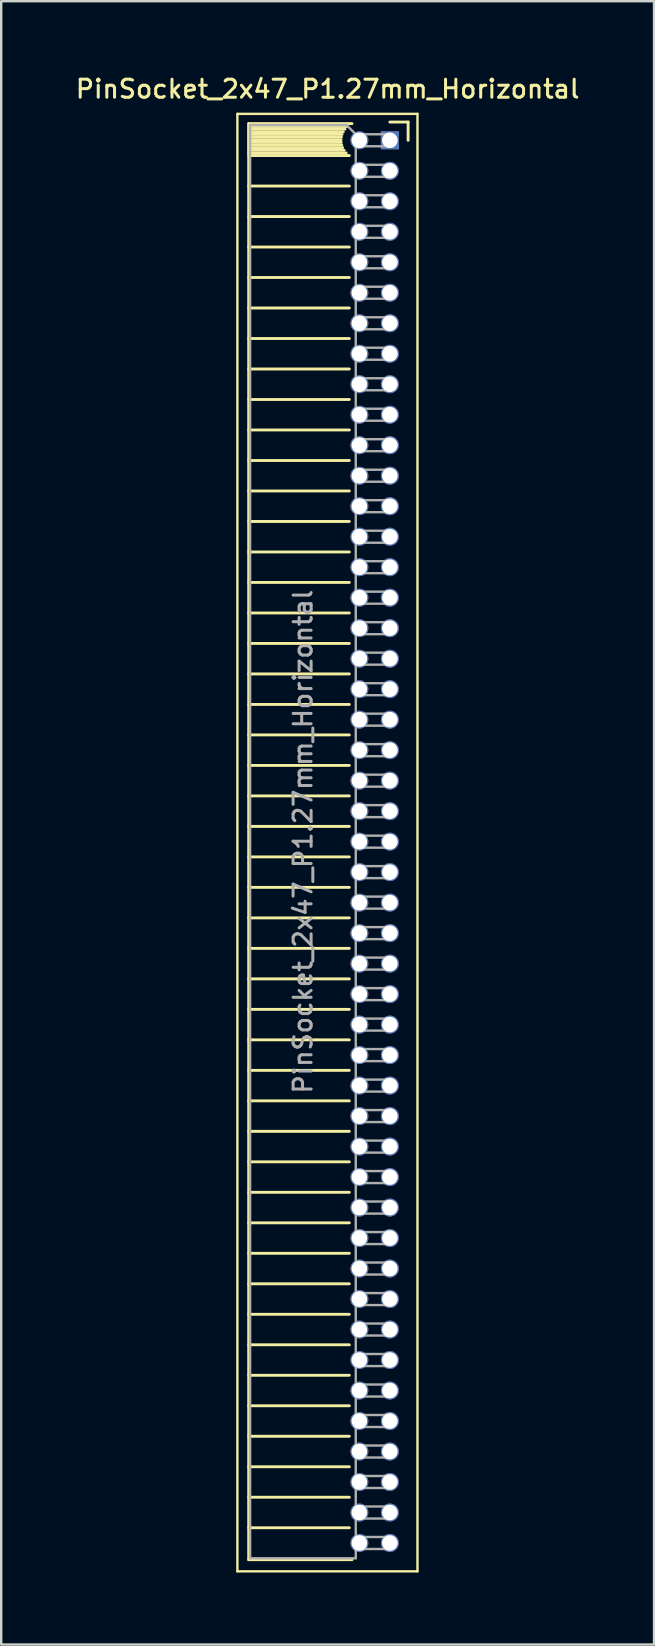
<source format=kicad_pcb>
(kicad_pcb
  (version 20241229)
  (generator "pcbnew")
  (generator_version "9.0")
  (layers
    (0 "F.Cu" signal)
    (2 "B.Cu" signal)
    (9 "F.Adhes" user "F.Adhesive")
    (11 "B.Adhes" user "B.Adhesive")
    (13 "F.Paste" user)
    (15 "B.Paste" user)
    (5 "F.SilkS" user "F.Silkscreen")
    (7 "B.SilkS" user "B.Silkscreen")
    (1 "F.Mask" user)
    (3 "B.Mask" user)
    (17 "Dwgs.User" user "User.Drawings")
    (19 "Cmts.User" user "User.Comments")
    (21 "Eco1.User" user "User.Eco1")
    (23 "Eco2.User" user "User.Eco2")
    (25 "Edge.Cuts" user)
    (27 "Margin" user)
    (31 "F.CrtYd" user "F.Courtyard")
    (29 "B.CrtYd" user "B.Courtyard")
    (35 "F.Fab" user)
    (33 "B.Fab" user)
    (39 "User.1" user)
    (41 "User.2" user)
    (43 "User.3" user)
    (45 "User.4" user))
  (footprint "PinSocket_2x47_P1.27mm_Horizontal"
    (layer "F.Cu")
    (at 13.187 2.793)
    (property "Reference" "PinSocket_2x47_P1.27mm_Horizontal" (at -2.592 -2.135 0) (layer "F.SilkS") (effects (font (size 0.75 0.75) (thickness 0.125))))
    (attr through_hole)
    (fp_line (start -6.35 -1.1) (end -6.35 59.6) (stroke (width 0.1) (type solid)) (layer "F.SilkS"))
    (fp_line (start -6.35 59.6) (end 1.15 59.6) (stroke (width 0.1) (type solid)) (layer "F.SilkS"))
    (fp_line (start -5.88 -0.695) (end -5.88 59.115) (stroke (width 0.12) (type solid)) (layer "F.SilkS"))
    (fp_line (start -5.88 -0.695) (end -1.578 -0.695) (stroke (width 0.12) (type solid)) (layer "F.SilkS"))
    (fp_line (start -5.88 -0.575) (end -1.767 -0.575) (stroke (width 0.12) (type solid)) (layer "F.SilkS"))
    (fp_line (start -5.88 -0.465) (end -1.871 -0.465) (stroke (width 0.12) (type solid)) (layer "F.SilkS"))
    (fp_line (start -5.88 -0.355) (end -1.942 -0.355) (stroke (width 0.12) (type solid)) (layer "F.SilkS"))
    (fp_line (start -5.88 -0.245) (end -1.989 -0.245) (stroke (width 0.12) (type solid)) (layer "F.SilkS"))
    (fp_line (start -5.88 -0.135) (end -2.018 -0.135) (stroke (width 0.12) (type solid)) (layer "F.SilkS"))
    (fp_line (start -5.88 -0.025) (end -2.03 -0.025) (stroke (width 0.12) (type solid)) (layer "F.SilkS"))
    (fp_line (start -5.88 0.085) (end -2.025 0.085) (stroke (width 0.12) (type solid)) (layer "F.SilkS"))
    (fp_line (start -5.88 0.195) (end -2.005 0.195) (stroke (width 0.12) (type solid)) (layer "F.SilkS"))
    (fp_line (start -5.88 0.305) (end -1.966 0.305) (stroke (width 0.12) (type solid)) (layer "F.SilkS"))
    (fp_line (start -5.88 0.415) (end -1.907 0.415) (stroke (width 0.12) (type solid)) (layer "F.SilkS"))
    (fp_line (start -5.88 0.525) (end -1.82 0.525) (stroke (width 0.12) (type solid)) (layer "F.SilkS"))
    (fp_line (start -5.88 0.635) (end -1.688 0.635) (stroke (width 0.12) (type solid)) (layer "F.SilkS"))
    (fp_line (start -5.88 1.905) (end -1.688 1.905) (stroke (width 0.12) (type solid)) (layer "F.SilkS"))
    (fp_line (start -5.88 3.175) (end -1.688 3.175) (stroke (width 0.12) (type solid)) (layer "F.SilkS"))
    (fp_line (start -5.88 4.445) (end -1.688 4.445) (stroke (width 0.12) (type solid)) (layer "F.SilkS"))
    (fp_line (start -5.88 5.715) (end -1.688 5.715) (stroke (width 0.12) (type solid)) (layer "F.SilkS"))
    (fp_line (start -5.88 6.985) (end -1.688 6.985) (stroke (width 0.12) (type solid)) (layer "F.SilkS"))
    (fp_line (start -5.88 8.255) (end -1.688 8.255) (stroke (width 0.12) (type solid)) (layer "F.SilkS"))
    (fp_line (start -5.88 9.525) (end -1.688 9.525) (stroke (width 0.12) (type solid)) (layer "F.SilkS"))
    (fp_line (start -5.88 10.795) (end -1.688 10.795) (stroke (width 0.12) (type solid)) (layer "F.SilkS"))
    (fp_line (start -5.88 12.065) (end -1.688 12.065) (stroke (width 0.12) (type solid)) (layer "F.SilkS"))
    (fp_line (start -5.88 13.335) (end -1.688 13.335) (stroke (width 0.12) (type solid)) (layer "F.SilkS"))
    (fp_line (start -5.88 14.605) (end -1.688 14.605) (stroke (width 0.12) (type solid)) (layer "F.SilkS"))
    (fp_line (start -5.88 15.875) (end -1.688 15.875) (stroke (width 0.12) (type solid)) (layer "F.SilkS"))
    (fp_line (start -5.88 17.145) (end -1.688 17.145) (stroke (width 0.12) (type solid)) (layer "F.SilkS"))
    (fp_line (start -5.88 18.415) (end -1.688 18.415) (stroke (width 0.12) (type solid)) (layer "F.SilkS"))
    (fp_line (start -5.88 19.685) (end -1.688 19.685) (stroke (width 0.12) (type solid)) (layer "F.SilkS"))
    (fp_line (start -5.88 20.955) (end -1.688 20.955) (stroke (width 0.12) (type solid)) (layer "F.SilkS"))
    (fp_line (start -5.88 22.225) (end -1.688 22.225) (stroke (width 0.12) (type solid)) (layer "F.SilkS"))
    (fp_line (start -5.88 23.495) (end -1.688 23.495) (stroke (width 0.12) (type solid)) (layer "F.SilkS"))
    (fp_line (start -5.88 24.765) (end -1.688 24.765) (stroke (width 0.12) (type solid)) (layer "F.SilkS"))
    (fp_line (start -5.88 26.035) (end -1.688 26.035) (stroke (width 0.12) (type solid)) (layer "F.SilkS"))
    (fp_line (start -5.88 27.305) (end -1.688 27.305) (stroke (width 0.12) (type solid)) (layer "F.SilkS"))
    (fp_line (start -5.88 28.575) (end -1.688 28.575) (stroke (width 0.12) (type solid)) (layer "F.SilkS"))
    (fp_line (start -5.88 29.845) (end -1.688 29.845) (stroke (width 0.12) (type solid)) (layer "F.SilkS"))
    (fp_line (start -5.88 31.115) (end -1.688 31.115) (stroke (width 0.12) (type solid)) (layer "F.SilkS"))
    (fp_line (start -5.88 32.385) (end -1.688 32.385) (stroke (width 0.12) (type solid)) (layer "F.SilkS"))
    (fp_line (start -5.88 33.655) (end -1.688 33.655) (stroke (width 0.12) (type solid)) (layer "F.SilkS"))
    (fp_line (start -5.88 34.925) (end -1.688 34.925) (stroke (width 0.12) (type solid)) (layer "F.SilkS"))
    (fp_line (start -5.88 36.195) (end -1.688 36.195) (stroke (width 0.12) (type solid)) (layer "F.SilkS"))
    (fp_line (start -5.88 37.465) (end -1.688 37.465) (stroke (width 0.12) (type solid)) (layer "F.SilkS"))
    (fp_line (start -5.88 38.735) (end -1.688 38.735) (stroke (width 0.12) (type solid)) (layer "F.SilkS"))
    (fp_line (start -5.88 40.005) (end -1.688 40.005) (stroke (width 0.12) (type solid)) (layer "F.SilkS"))
    (fp_line (start -5.88 41.275) (end -1.688 41.275) (stroke (width 0.12) (type solid)) (layer "F.SilkS"))
    (fp_line (start -5.88 42.545) (end -1.688 42.545) (stroke (width 0.12) (type solid)) (layer "F.SilkS"))
    (fp_line (start -5.88 43.815) (end -1.688 43.815) (stroke (width 0.12) (type solid)) (layer "F.SilkS"))
    (fp_line (start -5.88 45.085) (end -1.688 45.085) (stroke (width 0.12) (type solid)) (layer "F.SilkS"))
    (fp_line (start -5.88 46.355) (end -1.688 46.355) (stroke (width 0.12) (type solid)) (layer "F.SilkS"))
    (fp_line (start -5.88 47.625) (end -1.688 47.625) (stroke (width 0.12) (type solid)) (layer "F.SilkS"))
    (fp_line (start -5.88 48.895) (end -1.688 48.895) (stroke (width 0.12) (type solid)) (layer "F.SilkS"))
    (fp_line (start -5.88 50.165) (end -1.688 50.165) (stroke (width 0.12) (type solid)) (layer "F.SilkS"))
    (fp_line (start -5.88 51.435) (end -1.688 51.435) (stroke (width 0.12) (type solid)) (layer "F.SilkS"))
    (fp_line (start -5.88 52.705) (end -1.688 52.705) (stroke (width 0.12) (type solid)) (layer "F.SilkS"))
    (fp_line (start -5.88 53.975) (end -1.688 53.975) (stroke (width 0.12) (type solid)) (layer "F.SilkS"))
    (fp_line (start -5.88 55.245) (end -1.688 55.245) (stroke (width 0.12) (type solid)) (layer "F.SilkS"))
    (fp_line (start -5.88 56.515) (end -1.688 56.515) (stroke (width 0.12) (type solid)) (layer "F.SilkS"))
    (fp_line (start -5.88 57.785) (end -1.688 57.785) (stroke (width 0.12) (type solid)) (layer "F.SilkS"))
    (fp_line (start -5.88 59.115) (end -1.578 59.115) (stroke (width 0.12) (type solid)) (layer "F.SilkS"))
    (fp_line (start 0 -0.76) (end 0.76 -0.76) (stroke (width 0.12) (type solid)) (layer "F.SilkS"))
    (fp_line (start 0.76 -0.76) (end 0.76 0) (stroke (width 0.12) (type solid)) (layer "F.SilkS"))
    (fp_line (start 1.15 -1.1) (end -6.35 -1.1) (stroke (width 0.1) (type solid)) (layer "F.SilkS"))
    (fp_line (start 1.15 59.6) (end 1.15 -1.1) (stroke (width 0.1) (type solid)) (layer "F.SilkS"))
    (fp_line (start -5.82 -0.635) (end -1.805 -0.635) (stroke (width 0.1) (type solid)) (layer "F.Fab"))
    (fp_line (start -5.82 59.055) (end -5.82 -0.635) (stroke (width 0.1) (type solid)) (layer "F.Fab"))
    (fp_line (start -1.805 -0.635) (end -1.42 -0.25) (stroke (width 0.1) (type solid)) (layer "F.Fab"))
    (fp_line (start -1.42 -0.25) (end -1.42 59.055) (stroke (width 0.1) (type solid)) (layer "F.Fab"))
    (fp_line (start -1.42 0.25) (end 0 0.25) (stroke (width 0.1) (type solid)) (layer "F.Fab"))
    (fp_line (start -1.42 1.52) (end 0 1.52) (stroke (width 0.1) (type solid)) (layer "F.Fab"))
    (fp_line (start -1.42 2.79) (end 0 2.79) (stroke (width 0.1) (type solid)) (layer "F.Fab"))
    (fp_line (start -1.42 4.06) (end 0 4.06) (stroke (width 0.1) (type solid)) (layer "F.Fab"))
    (fp_line (start -1.42 5.33) (end 0 5.33) (stroke (width 0.1) (type solid)) (layer "F.Fab"))
    (fp_line (start -1.42 6.6) (end 0 6.6) (stroke (width 0.1) (type solid)) (layer "F.Fab"))
    (fp_line (start -1.42 7.87) (end 0 7.87) (stroke (width 0.1) (type solid)) (layer "F.Fab"))
    (fp_line (start -1.42 9.14) (end 0 9.14) (stroke (width 0.1) (type solid)) (layer "F.Fab"))
    (fp_line (start -1.42 10.41) (end 0 10.41) (stroke (width 0.1) (type solid)) (layer "F.Fab"))
    (fp_line (start -1.42 11.68) (end 0 11.68) (stroke (width 0.1) (type solid)) (layer "F.Fab"))
    (fp_line (start -1.42 12.95) (end 0 12.95) (stroke (width 0.1) (type solid)) (layer "F.Fab"))
    (fp_line (start -1.42 14.22) (end 0 14.22) (stroke (width 0.1) (type solid)) (layer "F.Fab"))
    (fp_line (start -1.42 15.49) (end 0 15.49) (stroke (width 0.1) (type solid)) (layer "F.Fab"))
    (fp_line (start -1.42 16.76) (end 0 16.76) (stroke (width 0.1) (type solid)) (layer "F.Fab"))
    (fp_line (start -1.42 18.03) (end 0 18.03) (stroke (width 0.1) (type solid)) (layer "F.Fab"))
    (fp_line (start -1.42 19.3) (end 0 19.3) (stroke (width 0.1) (type solid)) (layer "F.Fab"))
    (fp_line (start -1.42 20.57) (end 0 20.57) (stroke (width 0.1) (type solid)) (layer "F.Fab"))
    (fp_line (start -1.42 21.84) (end 0 21.84) (stroke (width 0.1) (type solid)) (layer "F.Fab"))
    (fp_line (start -1.42 23.11) (end 0 23.11) (stroke (width 0.1) (type solid)) (layer "F.Fab"))
    (fp_line (start -1.42 24.38) (end 0 24.38) (stroke (width 0.1) (type solid)) (layer "F.Fab"))
    (fp_line (start -1.42 25.65) (end 0 25.65) (stroke (width 0.1) (type solid)) (layer "F.Fab"))
    (fp_line (start -1.42 26.92) (end 0 26.92) (stroke (width 0.1) (type solid)) (layer "F.Fab"))
    (fp_line (start -1.42 28.19) (end 0 28.19) (stroke (width 0.1) (type solid)) (layer "F.Fab"))
    (fp_line (start -1.42 29.46) (end 0 29.46) (stroke (width 0.1) (type solid)) (layer "F.Fab"))
    (fp_line (start -1.42 30.73) (end 0 30.73) (stroke (width 0.1) (type solid)) (layer "F.Fab"))
    (fp_line (start -1.42 32) (end 0 32) (stroke (width 0.1) (type solid)) (layer "F.Fab"))
    (fp_line (start -1.42 33.27) (end 0 33.27) (stroke (width 0.1) (type solid)) (layer "F.Fab"))
    (fp_line (start -1.42 34.54) (end 0 34.54) (stroke (width 0.1) (type solid)) (layer "F.Fab"))
    (fp_line (start -1.42 35.81) (end 0 35.81) (stroke (width 0.1) (type solid)) (layer "F.Fab"))
    (fp_line (start -1.42 37.08) (end 0 37.08) (stroke (width 0.1) (type solid)) (layer "F.Fab"))
    (fp_line (start -1.42 38.35) (end 0 38.35) (stroke (width 0.1) (type solid)) (layer "F.Fab"))
    (fp_line (start -1.42 39.62) (end 0 39.62) (stroke (width 0.1) (type solid)) (layer "F.Fab"))
    (fp_line (start -1.42 40.89) (end 0 40.89) (stroke (width 0.1) (type solid)) (layer "F.Fab"))
    (fp_line (start -1.42 42.16) (end 0 42.16) (stroke (width 0.1) (type solid)) (layer "F.Fab"))
    (fp_line (start -1.42 43.43) (end 0 43.43) (stroke (width 0.1) (type solid)) (layer "F.Fab"))
    (fp_line (start -1.42 44.7) (end 0 44.7) (stroke (width 0.1) (type solid)) (layer "F.Fab"))
    (fp_line (start -1.42 45.97) (end 0 45.97) (stroke (width 0.1) (type solid)) (layer "F.Fab"))
    (fp_line (start -1.42 47.24) (end 0 47.24) (stroke (width 0.1) (type solid)) (layer "F.Fab"))
    (fp_line (start -1.42 48.51) (end 0 48.51) (stroke (width 0.1) (type solid)) (layer "F.Fab"))
    (fp_line (start -1.42 49.78) (end 0 49.78) (stroke (width 0.1) (type solid)) (layer "F.Fab"))
    (fp_line (start -1.42 51.05) (end 0 51.05) (stroke (width 0.1) (type solid)) (layer "F.Fab"))
    (fp_line (start -1.42 52.32) (end 0 52.32) (stroke (width 0.1) (type solid)) (layer "F.Fab"))
    (fp_line (start -1.42 53.59) (end 0 53.59) (stroke (width 0.1) (type solid)) (layer "F.Fab"))
    (fp_line (start -1.42 54.86) (end 0 54.86) (stroke (width 0.1) (type solid)) (layer "F.Fab"))
    (fp_line (start -1.42 56.13) (end 0 56.13) (stroke (width 0.1) (type solid)) (layer "F.Fab"))
    (fp_line (start -1.42 57.4) (end 0 57.4) (stroke (width 0.1) (type solid)) (layer "F.Fab"))
    (fp_line (start -1.42 58.67) (end 0 58.67) (stroke (width 0.1) (type solid)) (layer "F.Fab"))
    (fp_line (start -1.42 59.055) (end -5.82 59.055) (stroke (width 0.1) (type solid)) (layer "F.Fab"))
    (fp_line (start 0 -0.25) (end -1.42 -0.25) (stroke (width 0.1) (type solid)) (layer "F.Fab"))
    (fp_line (start 0 0.25) (end 0 -0.25) (stroke (width 0.1) (type solid)) (layer "F.Fab"))
    (fp_line (start 0 1.02) (end -1.42 1.02) (stroke (width 0.1) (type solid)) (layer "F.Fab"))
    (fp_line (start 0 1.52) (end 0 1.02) (stroke (width 0.1) (type solid)) (layer "F.Fab"))
    (fp_line (start 0 2.29) (end -1.42 2.29) (stroke (width 0.1) (type solid)) (layer "F.Fab"))
    (fp_line (start 0 2.79) (end 0 2.29) (stroke (width 0.1) (type solid)) (layer "F.Fab"))
    (fp_line (start 0 3.56) (end -1.42 3.56) (stroke (width 0.1) (type solid)) (layer "F.Fab"))
    (fp_line (start 0 4.06) (end 0 3.56) (stroke (width 0.1) (type solid)) (layer "F.Fab"))
    (fp_line (start 0 4.83) (end -1.42 4.83) (stroke (width 0.1) (type solid)) (layer "F.Fab"))
    (fp_line (start 0 5.33) (end 0 4.83) (stroke (width 0.1) (type solid)) (layer "F.Fab"))
    (fp_line (start 0 6.1) (end -1.42 6.1) (stroke (width 0.1) (type solid)) (layer "F.Fab"))
    (fp_line (start 0 6.6) (end 0 6.1) (stroke (width 0.1) (type solid)) (layer "F.Fab"))
    (fp_line (start 0 7.37) (end -1.42 7.37) (stroke (width 0.1) (type solid)) (layer "F.Fab"))
    (fp_line (start 0 7.87) (end 0 7.37) (stroke (width 0.1) (type solid)) (layer "F.Fab"))
    (fp_line (start 0 8.64) (end -1.42 8.64) (stroke (width 0.1) (type solid)) (layer "F.Fab"))
    (fp_line (start 0 9.14) (end 0 8.64) (stroke (width 0.1) (type solid)) (layer "F.Fab"))
    (fp_line (start 0 9.91) (end -1.42 9.91) (stroke (width 0.1) (type solid)) (layer "F.Fab"))
    (fp_line (start 0 10.41) (end 0 9.91) (stroke (width 0.1) (type solid)) (layer "F.Fab"))
    (fp_line (start 0 11.18) (end -1.42 11.18) (stroke (width 0.1) (type solid)) (layer "F.Fab"))
    (fp_line (start 0 11.68) (end 0 11.18) (stroke (width 0.1) (type solid)) (layer "F.Fab"))
    (fp_line (start 0 12.45) (end -1.42 12.45) (stroke (width 0.1) (type solid)) (layer "F.Fab"))
    (fp_line (start 0 12.95) (end 0 12.45) (stroke (width 0.1) (type solid)) (layer "F.Fab"))
    (fp_line (start 0 13.72) (end -1.42 13.72) (stroke (width 0.1) (type solid)) (layer "F.Fab"))
    (fp_line (start 0 14.22) (end 0 13.72) (stroke (width 0.1) (type solid)) (layer "F.Fab"))
    (fp_line (start 0 14.99) (end -1.42 14.99) (stroke (width 0.1) (type solid)) (layer "F.Fab"))
    (fp_line (start 0 15.49) (end 0 14.99) (stroke (width 0.1) (type solid)) (layer "F.Fab"))
    (fp_line (start 0 16.26) (end -1.42 16.26) (stroke (width 0.1) (type solid)) (layer "F.Fab"))
    (fp_line (start 0 16.76) (end 0 16.26) (stroke (width 0.1) (type solid)) (layer "F.Fab"))
    (fp_line (start 0 17.53) (end -1.42 17.53) (stroke (width 0.1) (type solid)) (layer "F.Fab"))
    (fp_line (start 0 18.03) (end 0 17.53) (stroke (width 0.1) (type solid)) (layer "F.Fab"))
    (fp_line (start 0 18.8) (end -1.42 18.8) (stroke (width 0.1) (type solid)) (layer "F.Fab"))
    (fp_line (start 0 19.3) (end 0 18.8) (stroke (width 0.1) (type solid)) (layer "F.Fab"))
    (fp_line (start 0 20.07) (end -1.42 20.07) (stroke (width 0.1) (type solid)) (layer "F.Fab"))
    (fp_line (start 0 20.57) (end 0 20.07) (stroke (width 0.1) (type solid)) (layer "F.Fab"))
    (fp_line (start 0 21.34) (end -1.42 21.34) (stroke (width 0.1) (type solid)) (layer "F.Fab"))
    (fp_line (start 0 21.84) (end 0 21.34) (stroke (width 0.1) (type solid)) (layer "F.Fab"))
    (fp_line (start 0 22.61) (end -1.42 22.61) (stroke (width 0.1) (type solid)) (layer "F.Fab"))
    (fp_line (start 0 23.11) (end 0 22.61) (stroke (width 0.1) (type solid)) (layer "F.Fab"))
    (fp_line (start 0 23.88) (end -1.42 23.88) (stroke (width 0.1) (type solid)) (layer "F.Fab"))
    (fp_line (start 0 24.38) (end 0 23.88) (stroke (width 0.1) (type solid)) (layer "F.Fab"))
    (fp_line (start 0 25.15) (end -1.42 25.15) (stroke (width 0.1) (type solid)) (layer "F.Fab"))
    (fp_line (start 0 25.65) (end 0 25.15) (stroke (width 0.1) (type solid)) (layer "F.Fab"))
    (fp_line (start 0 26.42) (end -1.42 26.42) (stroke (width 0.1) (type solid)) (layer "F.Fab"))
    (fp_line (start 0 26.92) (end 0 26.42) (stroke (width 0.1) (type solid)) (layer "F.Fab"))
    (fp_line (start 0 27.69) (end -1.42 27.69) (stroke (width 0.1) (type solid)) (layer "F.Fab"))
    (fp_line (start 0 28.19) (end 0 27.69) (stroke (width 0.1) (type solid)) (layer "F.Fab"))
    (fp_line (start 0 28.96) (end -1.42 28.96) (stroke (width 0.1) (type solid)) (layer "F.Fab"))
    (fp_line (start 0 29.46) (end 0 28.96) (stroke (width 0.1) (type solid)) (layer "F.Fab"))
    (fp_line (start 0 30.23) (end -1.42 30.23) (stroke (width 0.1) (type solid)) (layer "F.Fab"))
    (fp_line (start 0 30.73) (end 0 30.23) (stroke (width 0.1) (type solid)) (layer "F.Fab"))
    (fp_line (start 0 31.5) (end -1.42 31.5) (stroke (width 0.1) (type solid)) (layer "F.Fab"))
    (fp_line (start 0 32) (end 0 31.5) (stroke (width 0.1) (type solid)) (layer "F.Fab"))
    (fp_line (start 0 32.77) (end -1.42 32.77) (stroke (width 0.1) (type solid)) (layer "F.Fab"))
    (fp_line (start 0 33.27) (end 0 32.77) (stroke (width 0.1) (type solid)) (layer "F.Fab"))
    (fp_line (start 0 34.04) (end -1.42 34.04) (stroke (width 0.1) (type solid)) (layer "F.Fab"))
    (fp_line (start 0 34.54) (end 0 34.04) (stroke (width 0.1) (type solid)) (layer "F.Fab"))
    (fp_line (start 0 35.31) (end -1.42 35.31) (stroke (width 0.1) (type solid)) (layer "F.Fab"))
    (fp_line (start 0 35.81) (end 0 35.31) (stroke (width 0.1) (type solid)) (layer "F.Fab"))
    (fp_line (start 0 36.58) (end -1.42 36.58) (stroke (width 0.1) (type solid)) (layer "F.Fab"))
    (fp_line (start 0 37.08) (end 0 36.58) (stroke (width 0.1) (type solid)) (layer "F.Fab"))
    (fp_line (start 0 37.85) (end -1.42 37.85) (stroke (width 0.1) (type solid)) (layer "F.Fab"))
    (fp_line (start 0 38.35) (end 0 37.85) (stroke (width 0.1) (type solid)) (layer "F.Fab"))
    (fp_line (start 0 39.12) (end -1.42 39.12) (stroke (width 0.1) (type solid)) (layer "F.Fab"))
    (fp_line (start 0 39.62) (end 0 39.12) (stroke (width 0.1) (type solid)) (layer "F.Fab"))
    (fp_line (start 0 40.39) (end -1.42 40.39) (stroke (width 0.1) (type solid)) (layer "F.Fab"))
    (fp_line (start 0 40.89) (end 0 40.39) (stroke (width 0.1) (type solid)) (layer "F.Fab"))
    (fp_line (start 0 41.66) (end -1.42 41.66) (stroke (width 0.1) (type solid)) (layer "F.Fab"))
    (fp_line (start 0 42.16) (end 0 41.66) (stroke (width 0.1) (type solid)) (layer "F.Fab"))
    (fp_line (start 0 42.93) (end -1.42 42.93) (stroke (width 0.1) (type solid)) (layer "F.Fab"))
    (fp_line (start 0 43.43) (end 0 42.93) (stroke (width 0.1) (type solid)) (layer "F.Fab"))
    (fp_line (start 0 44.2) (end -1.42 44.2) (stroke (width 0.1) (type solid)) (layer "F.Fab"))
    (fp_line (start 0 44.7) (end 0 44.2) (stroke (width 0.1) (type solid)) (layer "F.Fab"))
    (fp_line (start 0 45.47) (end -1.42 45.47) (stroke (width 0.1) (type solid)) (layer "F.Fab"))
    (fp_line (start 0 45.97) (end 0 45.47) (stroke (width 0.1) (type solid)) (layer "F.Fab"))
    (fp_line (start 0 46.74) (end -1.42 46.74) (stroke (width 0.1) (type solid)) (layer "F.Fab"))
    (fp_line (start 0 47.24) (end 0 46.74) (stroke (width 0.1) (type solid)) (layer "F.Fab"))
    (fp_line (start 0 48.01) (end -1.42 48.01) (stroke (width 0.1) (type solid)) (layer "F.Fab"))
    (fp_line (start 0 48.51) (end 0 48.01) (stroke (width 0.1) (type solid)) (layer "F.Fab"))
    (fp_line (start 0 49.28) (end -1.42 49.28) (stroke (width 0.1) (type solid)) (layer "F.Fab"))
    (fp_line (start 0 49.78) (end 0 49.28) (stroke (width 0.1) (type solid)) (layer "F.Fab"))
    (fp_line (start 0 50.55) (end -1.42 50.55) (stroke (width 0.1) (type solid)) (layer "F.Fab"))
    (fp_line (start 0 51.05) (end 0 50.55) (stroke (width 0.1) (type solid)) (layer "F.Fab"))
    (fp_line (start 0 51.82) (end -1.42 51.82) (stroke (width 0.1) (type solid)) (layer "F.Fab"))
    (fp_line (start 0 52.32) (end 0 51.82) (stroke (width 0.1) (type solid)) (layer "F.Fab"))
    (fp_line (start 0 53.09) (end -1.42 53.09) (stroke (width 0.1) (type solid)) (layer "F.Fab"))
    (fp_line (start 0 53.59) (end 0 53.09) (stroke (width 0.1) (type solid)) (layer "F.Fab"))
    (fp_line (start 0 54.36) (end -1.42 54.36) (stroke (width 0.1) (type solid)) (layer "F.Fab"))
    (fp_line (start 0 54.86) (end 0 54.36) (stroke (width 0.1) (type solid)) (layer "F.Fab"))
    (fp_line (start 0 55.63) (end -1.42 55.63) (stroke (width 0.1) (type solid)) (layer "F.Fab"))
    (fp_line (start 0 56.13) (end 0 55.63) (stroke (width 0.1) (type solid)) (layer "F.Fab"))
    (fp_line (start 0 56.9) (end -1.42 56.9) (stroke (width 0.1) (type solid)) (layer "F.Fab"))
    (fp_line (start 0 57.4) (end 0 56.9) (stroke (width 0.1) (type solid)) (layer "F.Fab"))
    (fp_line (start 0 58.17) (end -1.42 58.17) (stroke (width 0.1) (type solid)) (layer "F.Fab"))
    (fp_line (start 0 58.67) (end 0 58.17) (stroke (width 0.1) (type solid)) (layer "F.Fab"))
    (fp_text user "${REFERENCE}" (at -3.62 29.21 90) (layer "F.Fab") (effects (font (size 0.75 0.75) (thickness 0.125))))
    (pad "1" thru_hole rect (at 0 0) (size 0.75 0.75) (drill 0.65) (layers "*.Cu" "*.Mask"))
    (pad "2" thru_hole oval (at -1.27 0) (size 0.75 0.75) (drill 0.65) (layers "*.Cu" "*.Mask"))
    (pad "3" thru_hole oval (at 0 1.27) (size 0.75 0.75) (drill 0.65) (layers "*.Cu" "*.Mask"))
    (pad "4" thru_hole oval (at -1.27 1.27) (size 0.75 0.75) (drill 0.65) (layers "*.Cu" "*.Mask"))
    (pad "5" thru_hole oval (at 0 2.54) (size 0.75 0.75) (drill 0.65) (layers "*.Cu" "*.Mask"))
    (pad "6" thru_hole oval (at -1.27 2.54) (size 0.75 0.75) (drill 0.65) (layers "*.Cu" "*.Mask"))
    (pad "7" thru_hole oval (at 0 3.81) (size 0.75 0.75) (drill 0.65) (layers "*.Cu" "*.Mask"))
    (pad "8" thru_hole oval (at -1.27 3.81) (size 0.75 0.75) (drill 0.65) (layers "*.Cu" "*.Mask"))
    (pad "9" thru_hole oval (at 0 5.08) (size 0.75 0.75) (drill 0.65) (layers "*.Cu" "*.Mask"))
    (pad "10" thru_hole oval (at -1.27 5.08) (size 0.75 0.75) (drill 0.65) (layers "*.Cu" "*.Mask"))
    (pad "11" thru_hole oval (at 0 6.35) (size 0.75 0.75) (drill 0.65) (layers "*.Cu" "*.Mask"))
    (pad "12" thru_hole oval (at -1.27 6.35) (size 0.75 0.75) (drill 0.65) (layers "*.Cu" "*.Mask"))
    (pad "13" thru_hole oval (at 0 7.62) (size 0.75 0.75) (drill 0.65) (layers "*.Cu" "*.Mask"))
    (pad "14" thru_hole oval (at -1.27 7.62) (size 0.75 0.75) (drill 0.65) (layers "*.Cu" "*.Mask"))
    (pad "15" thru_hole oval (at 0 8.89) (size 0.75 0.75) (drill 0.65) (layers "*.Cu" "*.Mask"))
    (pad "16" thru_hole oval (at -1.27 8.89) (size 0.75 0.75) (drill 0.65) (layers "*.Cu" "*.Mask"))
    (pad "17" thru_hole oval (at 0 10.16) (size 0.75 0.75) (drill 0.65) (layers "*.Cu" "*.Mask"))
    (pad "18" thru_hole oval (at -1.27 10.16) (size 0.75 0.75) (drill 0.65) (layers "*.Cu" "*.Mask"))
    (pad "19" thru_hole oval (at 0 11.43) (size 0.75 0.75) (drill 0.65) (layers "*.Cu" "*.Mask"))
    (pad "20" thru_hole oval (at -1.27 11.43) (size 0.75 0.75) (drill 0.65) (layers "*.Cu" "*.Mask"))
    (pad "21" thru_hole oval (at 0 12.7) (size 0.75 0.75) (drill 0.65) (layers "*.Cu" "*.Mask"))
    (pad "22" thru_hole oval (at -1.27 12.7) (size 0.75 0.75) (drill 0.65) (layers "*.Cu" "*.Mask"))
    (pad "23" thru_hole oval (at 0 13.97) (size 0.75 0.75) (drill 0.65) (layers "*.Cu" "*.Mask"))
    (pad "24" thru_hole oval (at -1.27 13.97) (size 0.75 0.75) (drill 0.65) (layers "*.Cu" "*.Mask"))
    (pad "25" thru_hole oval (at 0 15.24) (size 0.75 0.75) (drill 0.65) (layers "*.Cu" "*.Mask"))
    (pad "26" thru_hole oval (at -1.27 15.24) (size 0.75 0.75) (drill 0.65) (layers "*.Cu" "*.Mask"))
    (pad "27" thru_hole oval (at 0 16.51) (size 0.75 0.75) (drill 0.65) (layers "*.Cu" "*.Mask"))
    (pad "28" thru_hole oval (at -1.27 16.51) (size 0.75 0.75) (drill 0.65) (layers "*.Cu" "*.Mask"))
    (pad "29" thru_hole oval (at 0 17.78) (size 0.75 0.75) (drill 0.65) (layers "*.Cu" "*.Mask"))
    (pad "30" thru_hole oval (at -1.27 17.78) (size 0.75 0.75) (drill 0.65) (layers "*.Cu" "*.Mask"))
    (pad "31" thru_hole oval (at 0 19.05) (size 0.75 0.75) (drill 0.65) (layers "*.Cu" "*.Mask"))
    (pad "32" thru_hole oval (at -1.27 19.05) (size 0.75 0.75) (drill 0.65) (layers "*.Cu" "*.Mask"))
    (pad "33" thru_hole oval (at 0 20.32) (size 0.75 0.75) (drill 0.65) (layers "*.Cu" "*.Mask"))
    (pad "34" thru_hole oval (at -1.27 20.32) (size 0.75 0.75) (drill 0.65) (layers "*.Cu" "*.Mask"))
    (pad "35" thru_hole oval (at 0 21.59) (size 0.75 0.75) (drill 0.65) (layers "*.Cu" "*.Mask"))
    (pad "36" thru_hole oval (at -1.27 21.59) (size 0.75 0.75) (drill 0.65) (layers "*.Cu" "*.Mask"))
    (pad "37" thru_hole oval (at 0 22.86) (size 0.75 0.75) (drill 0.65) (layers "*.Cu" "*.Mask"))
    (pad "38" thru_hole oval (at -1.27 22.86) (size 0.75 0.75) (drill 0.65) (layers "*.Cu" "*.Mask"))
    (pad "39" thru_hole oval (at 0 24.13) (size 0.75 0.75) (drill 0.65) (layers "*.Cu" "*.Mask"))
    (pad "40" thru_hole oval (at -1.27 24.13) (size 0.75 0.75) (drill 0.65) (layers "*.Cu" "*.Mask"))
    (pad "41" thru_hole oval (at 0 25.4) (size 0.75 0.75) (drill 0.65) (layers "*.Cu" "*.Mask"))
    (pad "42" thru_hole oval (at -1.27 25.4) (size 0.75 0.75) (drill 0.65) (layers "*.Cu" "*.Mask"))
    (pad "43" thru_hole oval (at 0 26.67) (size 0.75 0.75) (drill 0.65) (layers "*.Cu" "*.Mask"))
    (pad "44" thru_hole oval (at -1.27 26.67) (size 0.75 0.75) (drill 0.65) (layers "*.Cu" "*.Mask"))
    (pad "45" thru_hole oval (at 0 27.94) (size 0.75 0.75) (drill 0.65) (layers "*.Cu" "*.Mask"))
    (pad "46" thru_hole oval (at -1.27 27.94) (size 0.75 0.75) (drill 0.65) (layers "*.Cu" "*.Mask"))
    (pad "47" thru_hole oval (at 0 29.21) (size 0.75 0.75) (drill 0.65) (layers "*.Cu" "*.Mask"))
    (pad "48" thru_hole oval (at -1.27 29.21) (size 0.75 0.75) (drill 0.65) (layers "*.Cu" "*.Mask"))
    (pad "49" thru_hole oval (at 0 30.48) (size 0.75 0.75) (drill 0.65) (layers "*.Cu" "*.Mask"))
    (pad "50" thru_hole oval (at -1.27 30.48) (size 0.75 0.75) (drill 0.65) (layers "*.Cu" "*.Mask"))
    (pad "51" thru_hole oval (at 0 31.75) (size 0.75 0.75) (drill 0.65) (layers "*.Cu" "*.Mask"))
    (pad "52" thru_hole oval (at -1.27 31.75) (size 0.75 0.75) (drill 0.65) (layers "*.Cu" "*.Mask"))
    (pad "53" thru_hole oval (at 0 33.02) (size 0.75 0.75) (drill 0.65) (layers "*.Cu" "*.Mask"))
    (pad "54" thru_hole oval (at -1.27 33.02) (size 0.75 0.75) (drill 0.65) (layers "*.Cu" "*.Mask"))
    (pad "55" thru_hole oval (at 0 34.29) (size 0.75 0.75) (drill 0.65) (layers "*.Cu" "*.Mask"))
    (pad "56" thru_hole oval (at -1.27 34.29) (size 0.75 0.75) (drill 0.65) (layers "*.Cu" "*.Mask"))
    (pad "57" thru_hole oval (at 0 35.56) (size 0.75 0.75) (drill 0.65) (layers "*.Cu" "*.Mask"))
    (pad "58" thru_hole oval (at -1.27 35.56) (size 0.75 0.75) (drill 0.65) (layers "*.Cu" "*.Mask"))
    (pad "59" thru_hole oval (at 0 36.83) (size 0.75 0.75) (drill 0.65) (layers "*.Cu" "*.Mask"))
    (pad "60" thru_hole oval (at -1.27 36.83) (size 0.75 0.75) (drill 0.65) (layers "*.Cu" "*.Mask"))
    (pad "61" thru_hole oval (at 0 38.1) (size 0.75 0.75) (drill 0.65) (layers "*.Cu" "*.Mask"))
    (pad "62" thru_hole oval (at -1.27 38.1) (size 0.75 0.75) (drill 0.65) (layers "*.Cu" "*.Mask"))
    (pad "63" thru_hole oval (at 0 39.37) (size 0.75 0.75) (drill 0.65) (layers "*.Cu" "*.Mask"))
    (pad "64" thru_hole oval (at -1.27 39.37) (size 0.75 0.75) (drill 0.65) (layers "*.Cu" "*.Mask"))
    (pad "65" thru_hole oval (at 0 40.64) (size 0.75 0.75) (drill 0.65) (layers "*.Cu" "*.Mask"))
    (pad "66" thru_hole oval (at -1.27 40.64) (size 0.75 0.75) (drill 0.65) (layers "*.Cu" "*.Mask"))
    (pad "67" thru_hole oval (at 0 41.91) (size 0.75 0.75) (drill 0.65) (layers "*.Cu" "*.Mask"))
    (pad "68" thru_hole oval (at -1.27 41.91) (size 0.75 0.75) (drill 0.65) (layers "*.Cu" "*.Mask"))
    (pad "69" thru_hole oval (at 0 43.18) (size 0.75 0.75) (drill 0.65) (layers "*.Cu" "*.Mask"))
    (pad "70" thru_hole oval (at -1.27 43.18) (size 0.75 0.75) (drill 0.65) (layers "*.Cu" "*.Mask"))
    (pad "71" thru_hole oval (at 0 44.45) (size 0.75 0.75) (drill 0.65) (layers "*.Cu" "*.Mask"))
    (pad "72" thru_hole oval (at -1.27 44.45) (size 0.75 0.75) (drill 0.65) (layers "*.Cu" "*.Mask"))
    (pad "73" thru_hole oval (at 0 45.72) (size 0.75 0.75) (drill 0.65) (layers "*.Cu" "*.Mask"))
    (pad "74" thru_hole oval (at -1.27 45.72) (size 0.75 0.75) (drill 0.65) (layers "*.Cu" "*.Mask"))
    (pad "75" thru_hole oval (at 0 46.99) (size 0.75 0.75) (drill 0.65) (layers "*.Cu" "*.Mask"))
    (pad "76" thru_hole oval (at -1.27 46.99) (size 0.75 0.75) (drill 0.65) (layers "*.Cu" "*.Mask"))
    (pad "77" thru_hole oval (at 0 48.26) (size 0.75 0.75) (drill 0.65) (layers "*.Cu" "*.Mask"))
    (pad "78" thru_hole oval (at -1.27 48.26) (size 0.75 0.75) (drill 0.65) (layers "*.Cu" "*.Mask"))
    (pad "79" thru_hole oval (at 0 49.53) (size 0.75 0.75) (drill 0.65) (layers "*.Cu" "*.Mask"))
    (pad "80" thru_hole oval (at -1.27 49.53) (size 0.75 0.75) (drill 0.65) (layers "*.Cu" "*.Mask"))
    (pad "81" thru_hole oval (at 0 50.8) (size 0.75 0.75) (drill 0.65) (layers "*.Cu" "*.Mask"))
    (pad "82" thru_hole oval (at -1.27 50.8) (size 0.75 0.75) (drill 0.65) (layers "*.Cu" "*.Mask"))
    (pad "83" thru_hole oval (at 0 52.07) (size 0.75 0.75) (drill 0.65) (layers "*.Cu" "*.Mask"))
    (pad "84" thru_hole oval (at -1.27 52.07) (size 0.75 0.75) (drill 0.65) (layers "*.Cu" "*.Mask"))
    (pad "85" thru_hole oval (at 0 53.34) (size 0.75 0.75) (drill 0.65) (layers "*.Cu" "*.Mask"))
    (pad "86" thru_hole oval (at -1.27 53.34) (size 0.75 0.75) (drill 0.65) (layers "*.Cu" "*.Mask"))
    (pad "87" thru_hole oval (at 0 54.61) (size 0.75 0.75) (drill 0.65) (layers "*.Cu" "*.Mask"))
    (pad "88" thru_hole oval (at -1.27 54.61) (size 0.75 0.75) (drill 0.65) (layers "*.Cu" "*.Mask"))
    (pad "89" thru_hole oval (at 0 55.88) (size 0.75 0.75) (drill 0.65) (layers "*.Cu" "*.Mask"))
    (pad "90" thru_hole oval (at -1.27 55.88) (size 0.75 0.75) (drill 0.65) (layers "*.Cu" "*.Mask"))
    (pad "91" thru_hole oval (at 0 57.15) (size 0.75 0.75) (drill 0.65) (layers "*.Cu" "*.Mask"))
    (pad "92" thru_hole oval (at -1.27 57.15) (size 0.75 0.75) (drill 0.65) (layers "*.Cu" "*.Mask"))
    (pad "93" thru_hole oval (at 0 58.42) (size 0.75 0.75) (drill 0.65) (layers "*.Cu" "*.Mask"))
    (pad "94" thru_hole oval (at -1.27 58.42) (size 0.75 0.75) (drill 0.65) (layers "*.Cu" "*.Mask")))
  (gr_rect
    (start -3 -3)
    (end 24.189 65.443)
    (stroke (width 0.1) (type default))
    (fill no)
    (layer "Edge.Cuts")))
</source>
